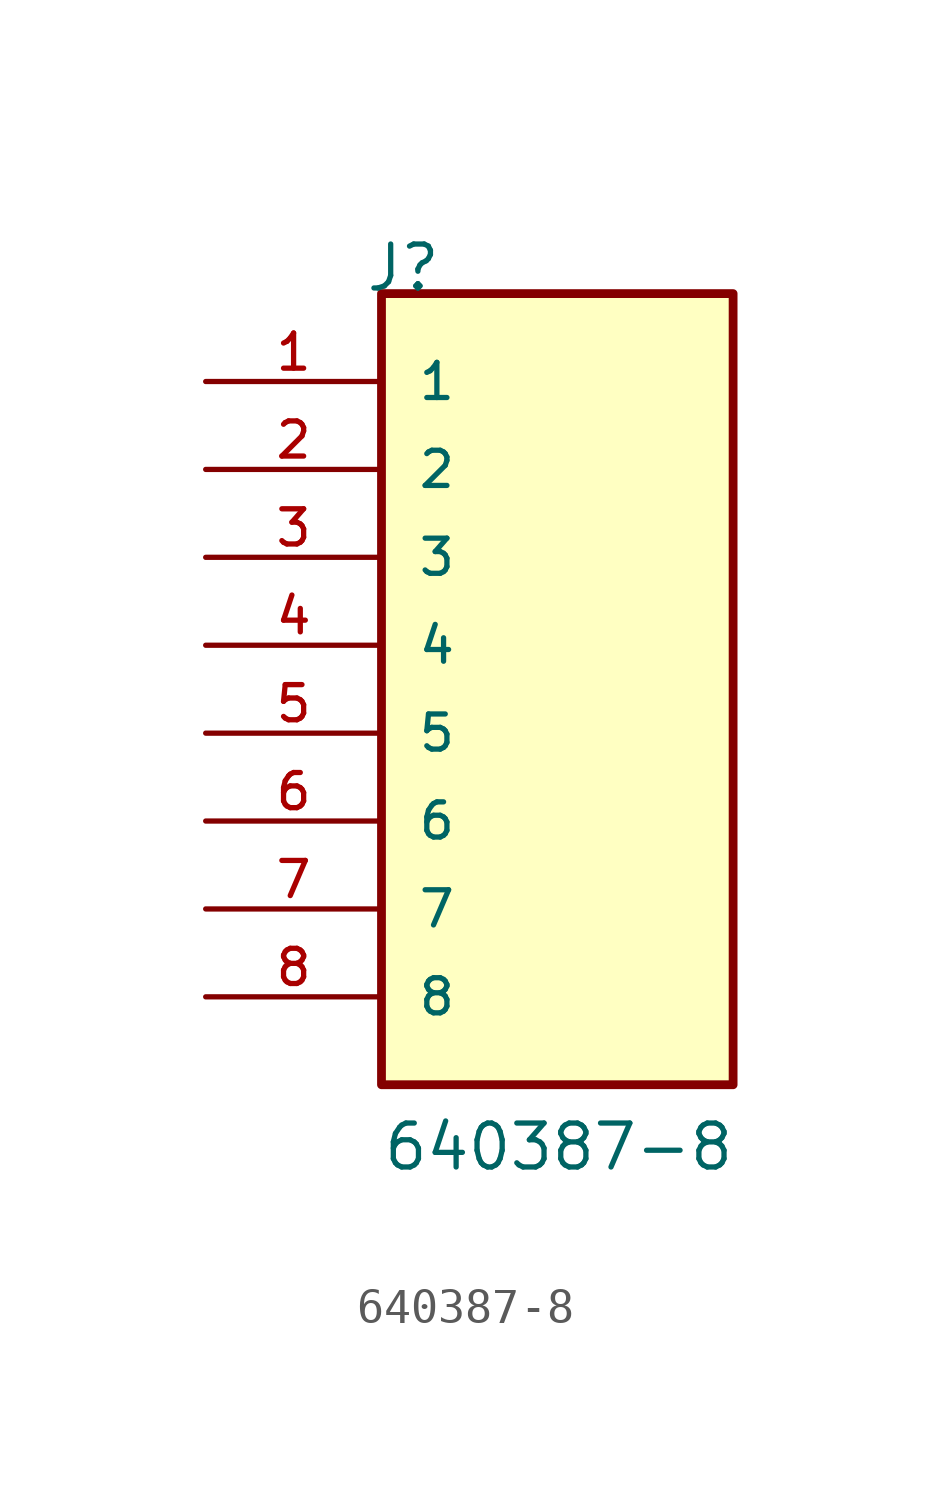
<source format=kicad_sym>
(kicad_symbol_lib
  (version 20211014)
  (generator kicad_symbol_editor)
  (symbol "640387-8"
    (pin_names
      (offset 1.016))
    (property "Reference" "J"
      (at -5.58 12.7 0)
      (effects (font (size 1.27 1.27)) (justify bottom left)))
    (property "Value" "640387-8"
      (at -5.08 -12.7 0)
      (effects (font (size 1.27 1.27)) (justify bottom left)))
    (symbol "640387-8_0_0"
      (rectangle (start -5.08 -10.16) (end 5.08 12.7) (stroke (width 0.254)) (fill (type background)))
      (pin passive line (at -10.16 10.16 0) (length 5.08) (name "1" (effects (font (size 1.016 1.016)))) (number "1" (effects (font (size 1.016 1.016)))))
      (pin passive line (at -10.16 7.62 0) (length 5.08) (name "2" (effects (font (size 1.016 1.016)))) (number "2" (effects (font (size 1.016 1.016)))))
      (pin passive line (at -10.16 5.08 0) (length 5.08) (name "3" (effects (font (size 1.016 1.016)))) (number "3" (effects (font (size 1.016 1.016)))))
      (pin passive line (at -10.16 2.54 0) (length 5.08) (name "4" (effects (font (size 1.016 1.016)))) (number "4" (effects (font (size 1.016 1.016)))))
      (pin passive line (at -10.16 0.0 0) (length 5.08) (name "5" (effects (font (size 1.016 1.016)))) (number "5" (effects (font (size 1.016 1.016)))))
      (pin passive line (at -10.16 -2.54 0) (length 5.08) (name "6" (effects (font (size 1.016 1.016)))) (number "6" (effects (font (size 1.016 1.016)))))
      (pin passive line (at -10.16 -5.08 0) (length 5.08) (name "7" (effects (font (size 1.016 1.016)))) (number "7" (effects (font (size 1.016 1.016)))))
      (pin passive line (at -10.16 -7.62 0) (length 5.08) (name "8" (effects (font (size 1.016 1.016)))) (number "8" (effects (font (size 1.016 1.016))))))))
</source>
